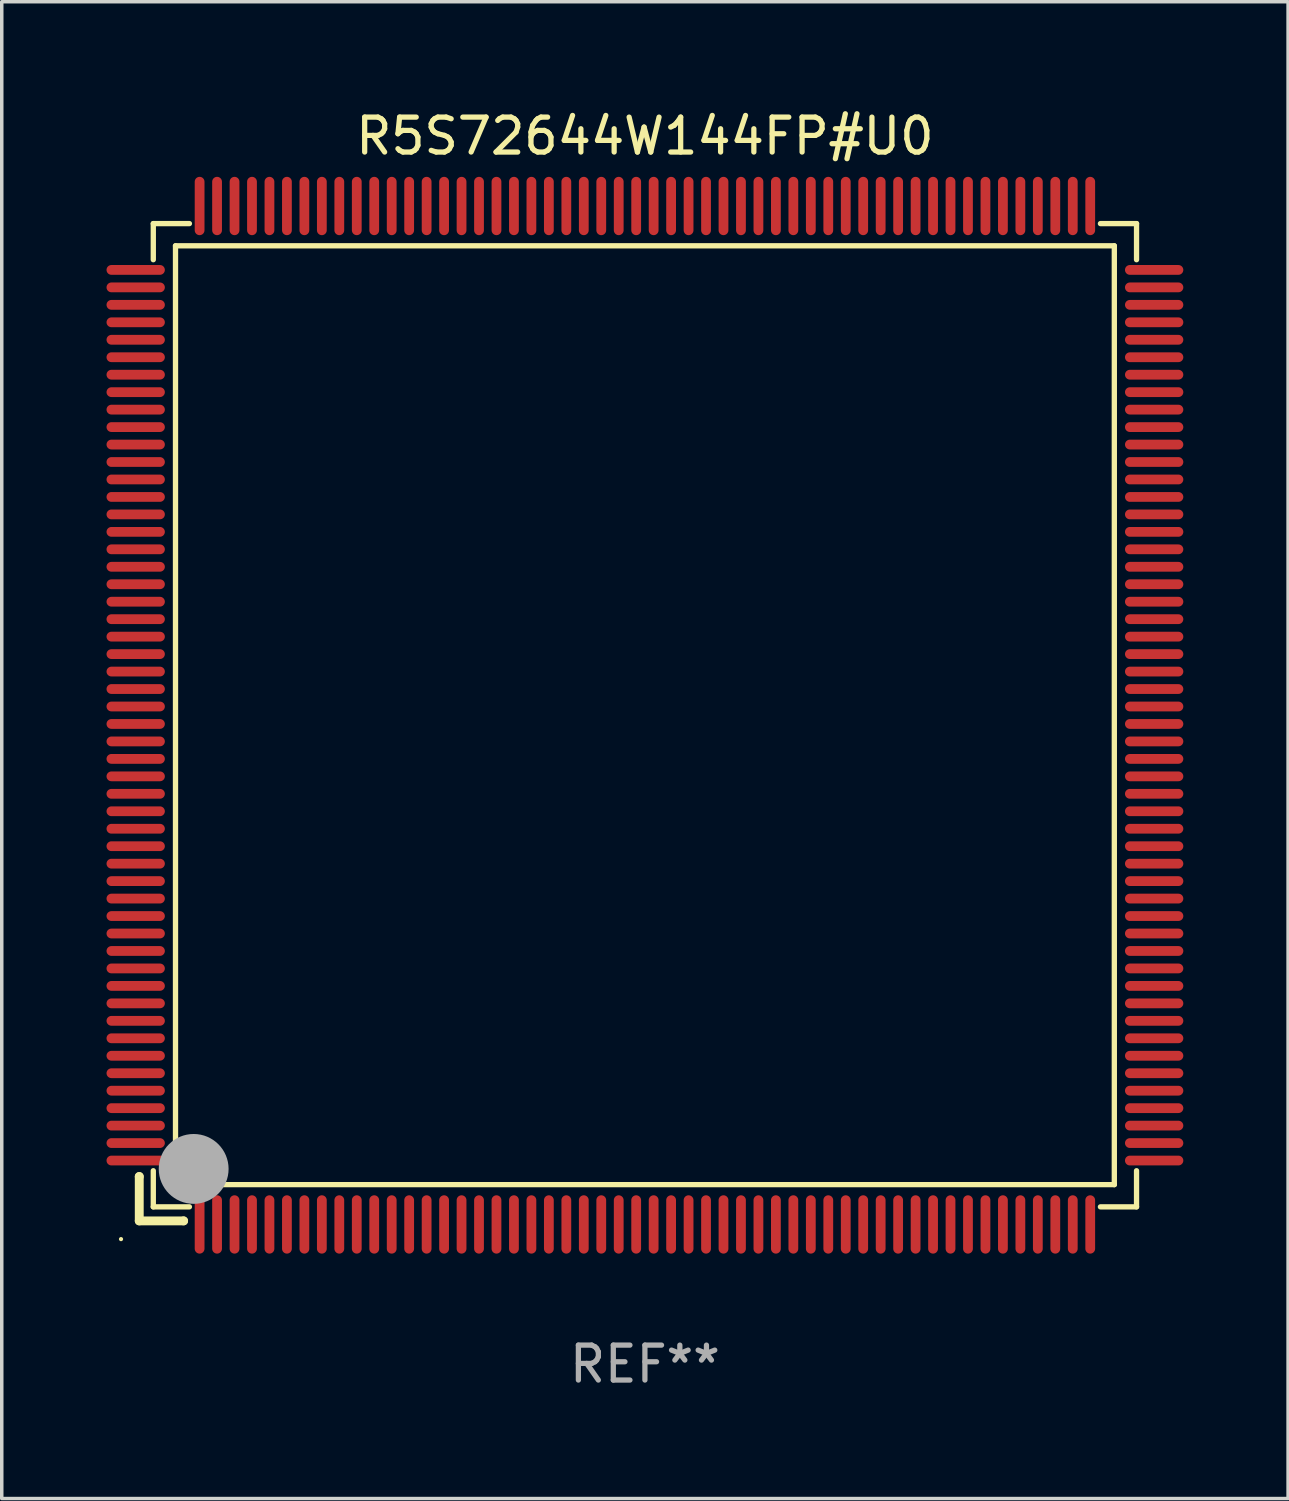
<source format=kicad_pcb>
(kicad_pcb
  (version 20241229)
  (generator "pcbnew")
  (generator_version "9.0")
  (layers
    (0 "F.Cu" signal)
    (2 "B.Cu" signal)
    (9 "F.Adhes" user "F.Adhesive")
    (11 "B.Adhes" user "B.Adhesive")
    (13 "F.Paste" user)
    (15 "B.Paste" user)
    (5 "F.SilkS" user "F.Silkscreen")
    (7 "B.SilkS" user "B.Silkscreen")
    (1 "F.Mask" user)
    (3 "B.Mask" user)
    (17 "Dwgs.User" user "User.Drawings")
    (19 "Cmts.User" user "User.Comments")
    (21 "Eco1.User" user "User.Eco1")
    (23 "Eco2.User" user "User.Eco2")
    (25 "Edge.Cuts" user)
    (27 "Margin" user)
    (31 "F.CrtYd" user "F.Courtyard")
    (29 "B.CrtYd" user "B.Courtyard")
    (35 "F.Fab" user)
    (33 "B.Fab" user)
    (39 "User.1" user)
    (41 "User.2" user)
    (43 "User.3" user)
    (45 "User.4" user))
  (footprint "R5S72644W144FP#U0"
    (layer "F.Cu")
    (at 15.415 17.428)
    (property "Reference" "R5S72644W144FP#U0" (at 0 -16.58 0) (layer "F.SilkS") (effects (font (size 1 1) (thickness 0.15))))
    (attr through_hole)
    (fp_line (start -14.478 13.208) (end -14.478 13.208) (stroke (width 0.254) (type solid)) (layer "F.SilkS"))
    (fp_line (start -14.478 13.208) (end -14.478 14.478) (stroke (width 0.254) (type solid)) (layer "F.SilkS"))
    (fp_line (start -14.478 14.478) (end -13.208 14.478) (stroke (width 0.254) (type solid)) (layer "F.SilkS"))
    (fp_line (start -14.076 -14.076) (end -14.076 -13.042) (stroke (width 0.152) (type solid)) (layer "F.SilkS"))
    (fp_line (start -14.076 14.076) (end -14.076 13.042) (stroke (width 0.152) (type solid)) (layer "F.SilkS"))
    (fp_line (start -13.44 -13.44) (end 13.44 -13.44) (stroke (width 0.152) (type solid)) (layer "F.SilkS"))
    (fp_line (start -13.44 13.44) (end -13.44 -13.44) (stroke (width 0.152) (type solid)) (layer "F.SilkS"))
    (fp_line (start -13.208 14.478) (end -13.208 14.478) (stroke (width 0.254) (type solid)) (layer "F.SilkS"))
    (fp_line (start -13.042 -14.076) (end -14.076 -14.076) (stroke (width 0.152) (type solid)) (layer "F.SilkS"))
    (fp_line (start -13.042 14.076) (end -14.076 14.076) (stroke (width 0.152) (type solid)) (layer "F.SilkS"))
    (fp_line (start 13.042 -14.076) (end 14.076 -14.076) (stroke (width 0.152) (type solid)) (layer "F.SilkS"))
    (fp_line (start 13.042 14.076) (end 14.076 14.076) (stroke (width 0.152) (type solid)) (layer "F.SilkS"))
    (fp_line (start 13.44 -13.44) (end 13.44 13.44) (stroke (width 0.152) (type solid)) (layer "F.SilkS"))
    (fp_line (start 13.44 13.44) (end -13.44 13.44) (stroke (width 0.152) (type solid)) (layer "F.SilkS"))
    (fp_line (start 14.076 -14.076) (end 14.076 -13.042) (stroke (width 0.152) (type solid)) (layer "F.SilkS"))
    (fp_line (start 14.076 14.076) (end 14.076 13.042) (stroke (width 0.152) (type solid)) (layer "F.SilkS"))
    (fp_circle (center -15 15) (end -14.97 15) (stroke (width 0.06) (type solid)) (fill no) (layer "F.SilkS"))
    (fp_circle (center -13.138 13.138) (end -13.063 13.138) (stroke (width 0.15) (type solid)) (fill no) (layer "F.SilkS"))
    (fp_circle (center -12.92 12.99) (end -12.42 12.99) (stroke (width 1) (type solid)) (fill no) (layer "F.Fab"))
    (fp_text user "REF**" (at 0 18.58 0) (layer "F.Fab") (effects (font (size 1 1) (thickness 0.15))))
    (pad "1" smd oval (at -12.75 14.58) (size 0.28 1.67) (layers "F.Cu" "F.Mask" "F.Paste"))
    (pad "2" smd oval (at -12.25 14.58) (size 0.28 1.67) (layers "F.Cu" "F.Mask" "F.Paste"))
    (pad "3" smd oval (at -11.75 14.58) (size 0.28 1.67) (layers "F.Cu" "F.Mask" "F.Paste"))
    (pad "4" smd oval (at -11.25 14.58) (size 0.28 1.67) (layers "F.Cu" "F.Mask" "F.Paste"))
    (pad "5" smd oval (at -10.75 14.58) (size 0.28 1.67) (layers "F.Cu" "F.Mask" "F.Paste"))
    (pad "6" smd oval (at -10.25 14.58) (size 0.28 1.67) (layers "F.Cu" "F.Mask" "F.Paste"))
    (pad "7" smd oval (at -9.75 14.58) (size 0.28 1.67) (layers "F.Cu" "F.Mask" "F.Paste"))
    (pad "8" smd oval (at -9.25 14.58) (size 0.28 1.67) (layers "F.Cu" "F.Mask" "F.Paste"))
    (pad "9" smd oval (at -8.75 14.58) (size 0.28 1.67) (layers "F.Cu" "F.Mask" "F.Paste"))
    (pad "10" smd oval (at -8.25 14.58) (size 0.28 1.67) (layers "F.Cu" "F.Mask" "F.Paste"))
    (pad "11" smd oval (at -7.75 14.58) (size 0.28 1.67) (layers "F.Cu" "F.Mask" "F.Paste"))
    (pad "12" smd oval (at -7.25 14.58) (size 0.28 1.67) (layers "F.Cu" "F.Mask" "F.Paste"))
    (pad "13" smd oval (at -6.75 14.58) (size 0.28 1.67) (layers "F.Cu" "F.Mask" "F.Paste"))
    (pad "14" smd oval (at -6.25 14.58) (size 0.28 1.67) (layers "F.Cu" "F.Mask" "F.Paste"))
    (pad "15" smd oval (at -5.75 14.58) (size 0.28 1.67) (layers "F.Cu" "F.Mask" "F.Paste"))
    (pad "16" smd oval (at -5.25 14.58) (size 0.28 1.67) (layers "F.Cu" "F.Mask" "F.Paste"))
    (pad "17" smd oval (at -4.75 14.58) (size 0.28 1.67) (layers "F.Cu" "F.Mask" "F.Paste"))
    (pad "18" smd oval (at -4.25 14.58) (size 0.28 1.67) (layers "F.Cu" "F.Mask" "F.Paste"))
    (pad "19" smd oval (at -3.75 14.58) (size 0.28 1.67) (layers "F.Cu" "F.Mask" "F.Paste"))
    (pad "20" smd oval (at -3.25 14.58) (size 0.28 1.67) (layers "F.Cu" "F.Mask" "F.Paste"))
    (pad "21" smd oval (at -2.75 14.58) (size 0.28 1.67) (layers "F.Cu" "F.Mask" "F.Paste"))
    (pad "22" smd oval (at -2.25 14.58) (size 0.28 1.67) (layers "F.Cu" "F.Mask" "F.Paste"))
    (pad "23" smd oval (at -1.75 14.58) (size 0.28 1.67) (layers "F.Cu" "F.Mask" "F.Paste"))
    (pad "24" smd oval (at -1.25 14.58) (size 0.28 1.67) (layers "F.Cu" "F.Mask" "F.Paste"))
    (pad "25" smd oval (at -0.75 14.58) (size 0.28 1.67) (layers "F.Cu" "F.Mask" "F.Paste"))
    (pad "26" smd oval (at -0.25 14.58) (size 0.28 1.67) (layers "F.Cu" "F.Mask" "F.Paste"))
    (pad "27" smd oval (at 0.25 14.58) (size 0.28 1.67) (layers "F.Cu" "F.Mask" "F.Paste"))
    (pad "28" smd oval (at 0.75 14.58) (size 0.28 1.67) (layers "F.Cu" "F.Mask" "F.Paste"))
    (pad "29" smd oval (at 1.25 14.58) (size 0.28 1.67) (layers "F.Cu" "F.Mask" "F.Paste"))
    (pad "30" smd oval (at 1.75 14.58) (size 0.28 1.67) (layers "F.Cu" "F.Mask" "F.Paste"))
    (pad "31" smd oval (at 2.25 14.58) (size 0.28 1.67) (layers "F.Cu" "F.Mask" "F.Paste"))
    (pad "32" smd oval (at 2.75 14.58) (size 0.28 1.67) (layers "F.Cu" "F.Mask" "F.Paste"))
    (pad "33" smd oval (at 3.25 14.58) (size 0.28 1.67) (layers "F.Cu" "F.Mask" "F.Paste"))
    (pad "34" smd oval (at 3.75 14.58) (size 0.28 1.67) (layers "F.Cu" "F.Mask" "F.Paste"))
    (pad "35" smd oval (at 4.25 14.58) (size 0.28 1.67) (layers "F.Cu" "F.Mask" "F.Paste"))
    (pad "36" smd oval (at 4.75 14.58) (size 0.28 1.67) (layers "F.Cu" "F.Mask" "F.Paste"))
    (pad "37" smd oval (at 5.25 14.58) (size 0.28 1.67) (layers "F.Cu" "F.Mask" "F.Paste"))
    (pad "38" smd oval (at 5.75 14.58) (size 0.28 1.67) (layers "F.Cu" "F.Mask" "F.Paste"))
    (pad "39" smd oval (at 6.25 14.58) (size 0.28 1.67) (layers "F.Cu" "F.Mask" "F.Paste"))
    (pad "40" smd oval (at 6.75 14.58) (size 0.28 1.67) (layers "F.Cu" "F.Mask" "F.Paste"))
    (pad "41" smd oval (at 7.25 14.58) (size 0.28 1.67) (layers "F.Cu" "F.Mask" "F.Paste"))
    (pad "42" smd oval (at 7.75 14.58) (size 0.28 1.67) (layers "F.Cu" "F.Mask" "F.Paste"))
    (pad "43" smd oval (at 8.25 14.58) (size 0.28 1.67) (layers "F.Cu" "F.Mask" "F.Paste"))
    (pad "44" smd oval (at 8.75 14.58) (size 0.28 1.67) (layers "F.Cu" "F.Mask" "F.Paste"))
    (pad "45" smd oval (at 9.25 14.58) (size 0.28 1.67) (layers "F.Cu" "F.Mask" "F.Paste"))
    (pad "46" smd oval (at 9.75 14.58) (size 0.28 1.67) (layers "F.Cu" "F.Mask" "F.Paste"))
    (pad "47" smd oval (at 10.25 14.58) (size 0.28 1.67) (layers "F.Cu" "F.Mask" "F.Paste"))
    (pad "48" smd oval (at 10.75 14.58) (size 0.28 1.67) (layers "F.Cu" "F.Mask" "F.Paste"))
    (pad "49" smd oval (at 11.25 14.58) (size 0.28 1.67) (layers "F.Cu" "F.Mask" "F.Paste"))
    (pad "50" smd oval (at 11.75 14.58) (size 0.28 1.67) (layers "F.Cu" "F.Mask" "F.Paste"))
    (pad "51" smd oval (at 12.25 14.58) (size 0.28 1.67) (layers "F.Cu" "F.Mask" "F.Paste"))
    (pad "52" smd oval (at 12.75 14.58) (size 0.28 1.67) (layers "F.Cu" "F.Mask" "F.Paste"))
    (pad "53" smd oval (at 14.58 12.75) (size 1.67 0.28) (layers "F.Cu" "F.Mask" "F.Paste"))
    (pad "54" smd oval (at 14.58 12.25) (size 1.67 0.28) (layers "F.Cu" "F.Mask" "F.Paste"))
    (pad "55" smd oval (at 14.58 11.75) (size 1.67 0.28) (layers "F.Cu" "F.Mask" "F.Paste"))
    (pad "56" smd oval (at 14.58 11.25) (size 1.67 0.28) (layers "F.Cu" "F.Mask" "F.Paste"))
    (pad "57" smd oval (at 14.58 10.75) (size 1.67 0.28) (layers "F.Cu" "F.Mask" "F.Paste"))
    (pad "58" smd oval (at 14.58 10.25) (size 1.67 0.28) (layers "F.Cu" "F.Mask" "F.Paste"))
    (pad "59" smd oval (at 14.58 9.75) (size 1.67 0.28) (layers "F.Cu" "F.Mask" "F.Paste"))
    (pad "60" smd oval (at 14.58 9.25) (size 1.67 0.28) (layers "F.Cu" "F.Mask" "F.Paste"))
    (pad "61" smd oval (at 14.58 8.75) (size 1.67 0.28) (layers "F.Cu" "F.Mask" "F.Paste"))
    (pad "62" smd oval (at 14.58 8.25) (size 1.67 0.28) (layers "F.Cu" "F.Mask" "F.Paste"))
    (pad "63" smd oval (at 14.58 7.75) (size 1.67 0.28) (layers "F.Cu" "F.Mask" "F.Paste"))
    (pad "64" smd oval (at 14.58 7.25) (size 1.67 0.28) (layers "F.Cu" "F.Mask" "F.Paste"))
    (pad "65" smd oval (at 14.58 6.75) (size 1.67 0.28) (layers "F.Cu" "F.Mask" "F.Paste"))
    (pad "66" smd oval (at 14.58 6.25) (size 1.67 0.28) (layers "F.Cu" "F.Mask" "F.Paste"))
    (pad "67" smd oval (at 14.58 5.75) (size 1.67 0.28) (layers "F.Cu" "F.Mask" "F.Paste"))
    (pad "68" smd oval (at 14.58 5.25) (size 1.67 0.28) (layers "F.Cu" "F.Mask" "F.Paste"))
    (pad "69" smd oval (at 14.58 4.75) (size 1.67 0.28) (layers "F.Cu" "F.Mask" "F.Paste"))
    (pad "70" smd oval (at 14.58 4.25) (size 1.67 0.28) (layers "F.Cu" "F.Mask" "F.Paste"))
    (pad "71" smd oval (at 14.58 3.75) (size 1.67 0.28) (layers "F.Cu" "F.Mask" "F.Paste"))
    (pad "72" smd oval (at 14.58 3.25) (size 1.67 0.28) (layers "F.Cu" "F.Mask" "F.Paste"))
    (pad "73" smd oval (at 14.58 2.75) (size 1.67 0.28) (layers "F.Cu" "F.Mask" "F.Paste"))
    (pad "74" smd oval (at 14.58 2.25) (size 1.67 0.28) (layers "F.Cu" "F.Mask" "F.Paste"))
    (pad "75" smd oval (at 14.58 1.75) (size 1.67 0.28) (layers "F.Cu" "F.Mask" "F.Paste"))
    (pad "76" smd oval (at 14.58 1.25) (size 1.67 0.28) (layers "F.Cu" "F.Mask" "F.Paste"))
    (pad "77" smd oval (at 14.58 0.75) (size 1.67 0.28) (layers "F.Cu" "F.Mask" "F.Paste"))
    (pad "78" smd oval (at 14.58 0.25) (size 1.67 0.28) (layers "F.Cu" "F.Mask" "F.Paste"))
    (pad "79" smd oval (at 14.58 -0.25) (size 1.67 0.28) (layers "F.Cu" "F.Mask" "F.Paste"))
    (pad "80" smd oval (at 14.58 -0.75) (size 1.67 0.28) (layers "F.Cu" "F.Mask" "F.Paste"))
    (pad "81" smd oval (at 14.58 -1.25) (size 1.67 0.28) (layers "F.Cu" "F.Mask" "F.Paste"))
    (pad "82" smd oval (at 14.58 -1.75) (size 1.67 0.28) (layers "F.Cu" "F.Mask" "F.Paste"))
    (pad "83" smd oval (at 14.58 -2.25) (size 1.67 0.28) (layers "F.Cu" "F.Mask" "F.Paste"))
    (pad "84" smd oval (at 14.58 -2.75) (size 1.67 0.28) (layers "F.Cu" "F.Mask" "F.Paste"))
    (pad "85" smd oval (at 14.58 -3.25) (size 1.67 0.28) (layers "F.Cu" "F.Mask" "F.Paste"))
    (pad "86" smd oval (at 14.58 -3.75) (size 1.67 0.28) (layers "F.Cu" "F.Mask" "F.Paste"))
    (pad "87" smd oval (at 14.58 -4.25) (size 1.67 0.28) (layers "F.Cu" "F.Mask" "F.Paste"))
    (pad "88" smd oval (at 14.58 -4.75) (size 1.67 0.28) (layers "F.Cu" "F.Mask" "F.Paste"))
    (pad "89" smd oval (at 14.58 -5.25) (size 1.67 0.28) (layers "F.Cu" "F.Mask" "F.Paste"))
    (pad "90" smd oval (at 14.58 -5.75) (size 1.67 0.28) (layers "F.Cu" "F.Mask" "F.Paste"))
    (pad "91" smd oval (at 14.58 -6.25) (size 1.67 0.28) (layers "F.Cu" "F.Mask" "F.Paste"))
    (pad "92" smd oval (at 14.58 -6.75) (size 1.67 0.28) (layers "F.Cu" "F.Mask" "F.Paste"))
    (pad "93" smd oval (at 14.58 -7.25) (size 1.67 0.28) (layers "F.Cu" "F.Mask" "F.Paste"))
    (pad "94" smd oval (at 14.58 -7.75) (size 1.67 0.28) (layers "F.Cu" "F.Mask" "F.Paste"))
    (pad "95" smd oval (at 14.58 -8.25) (size 1.67 0.28) (layers "F.Cu" "F.Mask" "F.Paste"))
    (pad "96" smd oval (at 14.58 -8.75) (size 1.67 0.28) (layers "F.Cu" "F.Mask" "F.Paste"))
    (pad "97" smd oval (at 14.58 -9.25) (size 1.67 0.28) (layers "F.Cu" "F.Mask" "F.Paste"))
    (pad "98" smd oval (at 14.58 -9.75) (size 1.67 0.28) (layers "F.Cu" "F.Mask" "F.Paste"))
    (pad "99" smd oval (at 14.58 -10.25) (size 1.67 0.28) (layers "F.Cu" "F.Mask" "F.Paste"))
    (pad "100" smd oval (at 14.58 -10.75) (size 1.67 0.28) (layers "F.Cu" "F.Mask" "F.Paste"))
    (pad "101" smd oval (at 14.58 -11.25) (size 1.67 0.28) (layers "F.Cu" "F.Mask" "F.Paste"))
    (pad "102" smd oval (at 14.58 -11.75) (size 1.67 0.28) (layers "F.Cu" "F.Mask" "F.Paste"))
    (pad "103" smd oval (at 14.58 -12.25) (size 1.67 0.28) (layers "F.Cu" "F.Mask" "F.Paste"))
    (pad "104" smd oval (at 14.58 -12.75) (size 1.67 0.28) (layers "F.Cu" "F.Mask" "F.Paste"))
    (pad "105" smd oval (at 12.75 -14.58) (size 0.28 1.67) (layers "F.Cu" "F.Mask" "F.Paste"))
    (pad "106" smd oval (at 12.25 -14.58) (size 0.28 1.67) (layers "F.Cu" "F.Mask" "F.Paste"))
    (pad "107" smd oval (at 11.75 -14.58) (size 0.28 1.67) (layers "F.Cu" "F.Mask" "F.Paste"))
    (pad "108" smd oval (at 11.25 -14.58) (size 0.28 1.67) (layers "F.Cu" "F.Mask" "F.Paste"))
    (pad "109" smd oval (at 10.75 -14.58) (size 0.28 1.67) (layers "F.Cu" "F.Mask" "F.Paste"))
    (pad "110" smd oval (at 10.25 -14.58) (size 0.28 1.67) (layers "F.Cu" "F.Mask" "F.Paste"))
    (pad "111" smd oval (at 9.75 -14.58) (size 0.28 1.67) (layers "F.Cu" "F.Mask" "F.Paste"))
    (pad "112" smd oval (at 9.25 -14.58) (size 0.28 1.67) (layers "F.Cu" "F.Mask" "F.Paste"))
    (pad "113" smd oval (at 8.75 -14.58) (size 0.28 1.67) (layers "F.Cu" "F.Mask" "F.Paste"))
    (pad "114" smd oval (at 8.25 -14.58) (size 0.28 1.67) (layers "F.Cu" "F.Mask" "F.Paste"))
    (pad "115" smd oval (at 7.75 -14.58) (size 0.28 1.67) (layers "F.Cu" "F.Mask" "F.Paste"))
    (pad "116" smd oval (at 7.25 -14.58) (size 0.28 1.67) (layers "F.Cu" "F.Mask" "F.Paste"))
    (pad "117" smd oval (at 6.75 -14.58) (size 0.28 1.67) (layers "F.Cu" "F.Mask" "F.Paste"))
    (pad "118" smd oval (at 6.25 -14.58) (size 0.28 1.67) (layers "F.Cu" "F.Mask" "F.Paste"))
    (pad "119" smd oval (at 5.75 -14.58) (size 0.28 1.67) (layers "F.Cu" "F.Mask" "F.Paste"))
    (pad "120" smd oval (at 5.25 -14.58) (size 0.28 1.67) (layers "F.Cu" "F.Mask" "F.Paste"))
    (pad "121" smd oval (at 4.75 -14.58) (size 0.28 1.67) (layers "F.Cu" "F.Mask" "F.Paste"))
    (pad "122" smd oval (at 4.25 -14.58) (size 0.28 1.67) (layers "F.Cu" "F.Mask" "F.Paste"))
    (pad "123" smd oval (at 3.75 -14.58) (size 0.28 1.67) (layers "F.Cu" "F.Mask" "F.Paste"))
    (pad "124" smd oval (at 3.25 -14.58) (size 0.28 1.67) (layers "F.Cu" "F.Mask" "F.Paste"))
    (pad "125" smd oval (at 2.75 -14.58) (size 0.28 1.67) (layers "F.Cu" "F.Mask" "F.Paste"))
    (pad "126" smd oval (at 2.25 -14.58) (size 0.28 1.67) (layers "F.Cu" "F.Mask" "F.Paste"))
    (pad "127" smd oval (at 1.75 -14.58) (size 0.28 1.67) (layers "F.Cu" "F.Mask" "F.Paste"))
    (pad "128" smd oval (at 1.25 -14.58) (size 0.28 1.67) (layers "F.Cu" "F.Mask" "F.Paste"))
    (pad "129" smd oval (at 0.75 -14.58) (size 0.28 1.67) (layers "F.Cu" "F.Mask" "F.Paste"))
    (pad "130" smd oval (at 0.25 -14.58) (size 0.28 1.67) (layers "F.Cu" "F.Mask" "F.Paste"))
    (pad "131" smd oval (at -0.25 -14.58) (size 0.28 1.67) (layers "F.Cu" "F.Mask" "F.Paste"))
    (pad "132" smd oval (at -0.75 -14.58) (size 0.28 1.67) (layers "F.Cu" "F.Mask" "F.Paste"))
    (pad "133" smd oval (at -1.25 -14.58) (size 0.28 1.67) (layers "F.Cu" "F.Mask" "F.Paste"))
    (pad "134" smd oval (at -1.75 -14.58) (size 0.28 1.67) (layers "F.Cu" "F.Mask" "F.Paste"))
    (pad "135" smd oval (at -2.25 -14.58) (size 0.28 1.67) (layers "F.Cu" "F.Mask" "F.Paste"))
    (pad "136" smd oval (at -2.75 -14.58) (size 0.28 1.67) (layers "F.Cu" "F.Mask" "F.Paste"))
    (pad "137" smd oval (at -3.25 -14.58) (size 0.28 1.67) (layers "F.Cu" "F.Mask" "F.Paste"))
    (pad "138" smd oval (at -3.75 -14.58) (size 0.28 1.67) (layers "F.Cu" "F.Mask" "F.Paste"))
    (pad "139" smd oval (at -4.25 -14.58) (size 0.28 1.67) (layers "F.Cu" "F.Mask" "F.Paste"))
    (pad "140" smd oval (at -4.75 -14.58) (size 0.28 1.67) (layers "F.Cu" "F.Mask" "F.Paste"))
    (pad "141" smd oval (at -5.25 -14.58) (size 0.28 1.67) (layers "F.Cu" "F.Mask" "F.Paste"))
    (pad "142" smd oval (at -5.75 -14.58) (size 0.28 1.67) (layers "F.Cu" "F.Mask" "F.Paste"))
    (pad "143" smd oval (at -6.25 -14.58) (size 0.28 1.67) (layers "F.Cu" "F.Mask" "F.Paste"))
    (pad "144" smd oval (at -6.75 -14.58) (size 0.28 1.67) (layers "F.Cu" "F.Mask" "F.Paste"))
    (pad "145" smd oval (at -7.25 -14.58) (size 0.28 1.67) (layers "F.Cu" "F.Mask" "F.Paste"))
    (pad "146" smd oval (at -7.75 -14.58) (size 0.28 1.67) (layers "F.Cu" "F.Mask" "F.Paste"))
    (pad "147" smd oval (at -8.25 -14.58) (size 0.28 1.67) (layers "F.Cu" "F.Mask" "F.Paste"))
    (pad "148" smd oval (at -8.75 -14.58) (size 0.28 1.67) (layers "F.Cu" "F.Mask" "F.Paste"))
    (pad "149" smd oval (at -9.25 -14.58) (size 0.28 1.67) (layers "F.Cu" "F.Mask" "F.Paste"))
    (pad "150" smd oval (at -9.75 -14.58) (size 0.28 1.67) (layers "F.Cu" "F.Mask" "F.Paste"))
    (pad "151" smd oval (at -10.25 -14.58) (size 0.28 1.67) (layers "F.Cu" "F.Mask" "F.Paste"))
    (pad "152" smd oval (at -10.75 -14.58) (size 0.28 1.67) (layers "F.Cu" "F.Mask" "F.Paste"))
    (pad "153" smd oval (at -11.25 -14.58) (size 0.28 1.67) (layers "F.Cu" "F.Mask" "F.Paste"))
    (pad "154" smd oval (at -11.75 -14.58) (size 0.28 1.67) (layers "F.Cu" "F.Mask" "F.Paste"))
    (pad "155" smd oval (at -12.25 -14.58) (size 0.28 1.67) (layers "F.Cu" "F.Mask" "F.Paste"))
    (pad "156" smd oval (at -12.75 -14.58) (size 0.28 1.67) (layers "F.Cu" "F.Mask" "F.Paste"))
    (pad "157" smd oval (at -14.58 -12.75) (size 1.67 0.28) (layers "F.Cu" "F.Mask" "F.Paste"))
    (pad "158" smd oval (at -14.58 -12.25) (size 1.67 0.28) (layers "F.Cu" "F.Mask" "F.Paste"))
    (pad "159" smd oval (at -14.58 -11.75) (size 1.67 0.28) (layers "F.Cu" "F.Mask" "F.Paste"))
    (pad "160" smd oval (at -14.58 -11.25) (size 1.67 0.28) (layers "F.Cu" "F.Mask" "F.Paste"))
    (pad "161" smd oval (at -14.58 -10.75) (size 1.67 0.28) (layers "F.Cu" "F.Mask" "F.Paste"))
    (pad "162" smd oval (at -14.58 -10.25) (size 1.67 0.28) (layers "F.Cu" "F.Mask" "F.Paste"))
    (pad "163" smd oval (at -14.58 -9.75) (size 1.67 0.28) (layers "F.Cu" "F.Mask" "F.Paste"))
    (pad "164" smd oval (at -14.58 -9.25) (size 1.67 0.28) (layers "F.Cu" "F.Mask" "F.Paste"))
    (pad "165" smd oval (at -14.58 -8.75) (size 1.67 0.28) (layers "F.Cu" "F.Mask" "F.Paste"))
    (pad "166" smd oval (at -14.58 -8.25) (size 1.67 0.28) (layers "F.Cu" "F.Mask" "F.Paste"))
    (pad "167" smd oval (at -14.58 -7.75) (size 1.67 0.28) (layers "F.Cu" "F.Mask" "F.Paste"))
    (pad "168" smd oval (at -14.58 -7.25) (size 1.67 0.28) (layers "F.Cu" "F.Mask" "F.Paste"))
    (pad "169" smd oval (at -14.58 -6.75) (size 1.67 0.28) (layers "F.Cu" "F.Mask" "F.Paste"))
    (pad "170" smd oval (at -14.58 -6.25) (size 1.67 0.28) (layers "F.Cu" "F.Mask" "F.Paste"))
    (pad "171" smd oval (at -14.58 -5.75) (size 1.67 0.28) (layers "F.Cu" "F.Mask" "F.Paste"))
    (pad "172" smd oval (at -14.58 -5.25) (size 1.67 0.28) (layers "F.Cu" "F.Mask" "F.Paste"))
    (pad "173" smd oval (at -14.58 -4.75) (size 1.67 0.28) (layers "F.Cu" "F.Mask" "F.Paste"))
    (pad "174" smd oval (at -14.58 -4.25) (size 1.67 0.28) (layers "F.Cu" "F.Mask" "F.Paste"))
    (pad "175" smd oval (at -14.58 -3.75) (size 1.67 0.28) (layers "F.Cu" "F.Mask" "F.Paste"))
    (pad "176" smd oval (at -14.58 -3.25) (size 1.67 0.28) (layers "F.Cu" "F.Mask" "F.Paste"))
    (pad "177" smd oval (at -14.58 -2.75) (size 1.67 0.28) (layers "F.Cu" "F.Mask" "F.Paste"))
    (pad "178" smd oval (at -14.58 -2.25) (size 1.67 0.28) (layers "F.Cu" "F.Mask" "F.Paste"))
    (pad "179" smd oval (at -14.58 -1.75) (size 1.67 0.28) (layers "F.Cu" "F.Mask" "F.Paste"))
    (pad "180" smd oval (at -14.58 -1.25) (size 1.67 0.28) (layers "F.Cu" "F.Mask" "F.Paste"))
    (pad "181" smd oval (at -14.58 -0.75) (size 1.67 0.28) (layers "F.Cu" "F.Mask" "F.Paste"))
    (pad "182" smd oval (at -14.58 -0.25) (size 1.67 0.28) (layers "F.Cu" "F.Mask" "F.Paste"))
    (pad "183" smd oval (at -14.58 0.25) (size 1.67 0.28) (layers "F.Cu" "F.Mask" "F.Paste"))
    (pad "184" smd oval (at -14.58 0.75) (size 1.67 0.28) (layers "F.Cu" "F.Mask" "F.Paste"))
    (pad "185" smd oval (at -14.58 1.25) (size 1.67 0.28) (layers "F.Cu" "F.Mask" "F.Paste"))
    (pad "186" smd oval (at -14.58 1.75) (size 1.67 0.28) (layers "F.Cu" "F.Mask" "F.Paste"))
    (pad "187" smd oval (at -14.58 2.25) (size 1.67 0.28) (layers "F.Cu" "F.Mask" "F.Paste"))
    (pad "188" smd oval (at -14.58 2.75) (size 1.67 0.28) (layers "F.Cu" "F.Mask" "F.Paste"))
    (pad "189" smd oval (at -14.58 3.25) (size 1.67 0.28) (layers "F.Cu" "F.Mask" "F.Paste"))
    (pad "190" smd oval (at -14.58 3.75) (size 1.67 0.28) (layers "F.Cu" "F.Mask" "F.Paste"))
    (pad "191" smd oval (at -14.58 4.25) (size 1.67 0.28) (layers "F.Cu" "F.Mask" "F.Paste"))
    (pad "192" smd oval (at -14.58 4.75) (size 1.67 0.28) (layers "F.Cu" "F.Mask" "F.Paste"))
    (pad "193" smd oval (at -14.58 5.25) (size 1.67 0.28) (layers "F.Cu" "F.Mask" "F.Paste"))
    (pad "194" smd oval (at -14.58 5.75) (size 1.67 0.28) (layers "F.Cu" "F.Mask" "F.Paste"))
    (pad "195" smd oval (at -14.58 6.25) (size 1.67 0.28) (layers "F.Cu" "F.Mask" "F.Paste"))
    (pad "196" smd oval (at -14.58 6.75) (size 1.67 0.28) (layers "F.Cu" "F.Mask" "F.Paste"))
    (pad "197" smd oval (at -14.58 7.25) (size 1.67 0.28) (layers "F.Cu" "F.Mask" "F.Paste"))
    (pad "198" smd oval (at -14.58 7.75) (size 1.67 0.28) (layers "F.Cu" "F.Mask" "F.Paste"))
    (pad "199" smd oval (at -14.58 8.25) (size 1.67 0.28) (layers "F.Cu" "F.Mask" "F.Paste"))
    (pad "200" smd oval (at -14.58 8.75) (size 1.67 0.28) (layers "F.Cu" "F.Mask" "F.Paste"))
    (pad "201" smd oval (at -14.58 9.25) (size 1.67 0.28) (layers "F.Cu" "F.Mask" "F.Paste"))
    (pad "202" smd oval (at -14.58 9.75) (size 1.67 0.28) (layers "F.Cu" "F.Mask" "F.Paste"))
    (pad "203" smd oval (at -14.58 10.25) (size 1.67 0.28) (layers "F.Cu" "F.Mask" "F.Paste"))
    (pad "204" smd oval (at -14.58 10.75) (size 1.67 0.28) (layers "F.Cu" "F.Mask" "F.Paste"))
    (pad "205" smd oval (at -14.58 11.25) (size 1.67 0.28) (layers "F.Cu" "F.Mask" "F.Paste"))
    (pad "206" smd oval (at -14.58 11.75) (size 1.67 0.28) (layers "F.Cu" "F.Mask" "F.Paste"))
    (pad "207" smd oval (at -14.58 12.25) (size 1.67 0.28) (layers "F.Cu" "F.Mask" "F.Paste"))
    (pad "208" smd oval (at -14.58 12.75) (size 1.67 0.28) (layers "F.Cu" "F.Mask" "F.Paste")))
  (gr_rect
    (start -3 -3)
    (end 33.83 39.856)
    (stroke (width 0.1) (type default))
    (fill no)
    (layer "Edge.Cuts")))
</source>
